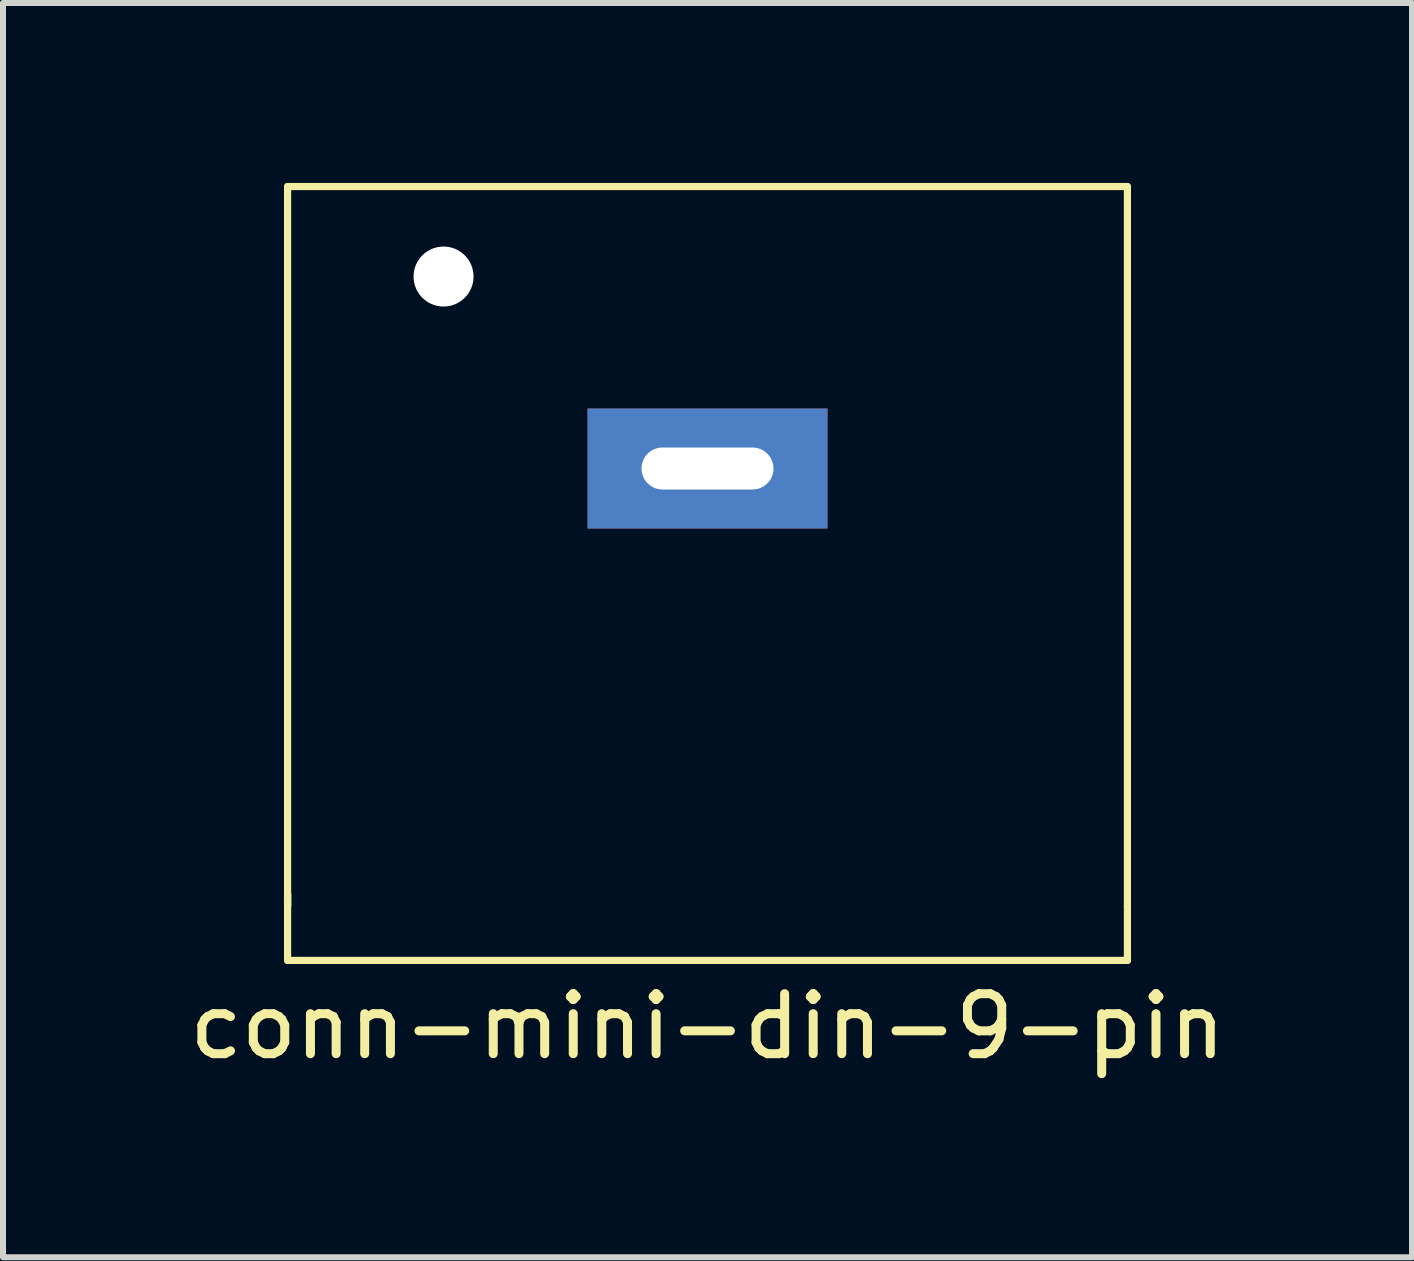
<source format=kicad_pcb>
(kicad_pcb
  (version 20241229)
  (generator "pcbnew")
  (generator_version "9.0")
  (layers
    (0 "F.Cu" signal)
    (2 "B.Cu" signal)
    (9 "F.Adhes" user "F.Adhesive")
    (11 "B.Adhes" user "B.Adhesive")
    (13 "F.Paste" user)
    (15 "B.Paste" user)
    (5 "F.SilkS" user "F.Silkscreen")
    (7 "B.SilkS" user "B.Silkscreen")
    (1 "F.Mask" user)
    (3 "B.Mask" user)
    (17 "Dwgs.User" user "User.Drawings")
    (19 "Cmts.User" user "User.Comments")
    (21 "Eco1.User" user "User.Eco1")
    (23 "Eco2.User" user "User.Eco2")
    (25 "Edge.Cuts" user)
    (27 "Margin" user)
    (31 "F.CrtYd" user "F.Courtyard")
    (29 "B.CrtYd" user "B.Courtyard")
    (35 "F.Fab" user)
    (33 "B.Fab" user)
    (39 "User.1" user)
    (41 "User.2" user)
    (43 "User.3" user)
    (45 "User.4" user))
  (footprint "conn-mini-din-9-pin"
    (layer "F.Cu")
    (at 8.744 6.06)
    (property "Reference" "conn-mini-din-9-pin" (at 0 8 0) (layer "F.SilkS") (effects (font (size 1 1) (thickness 0.15))))
    (attr through_hole)
    (fp_line (start -7 -6) (end 7 -6) (stroke (width 0.12) (type solid)) (layer "F.SilkS"))
    (fp_line (start -7 5.8) (end -7 6) (stroke (width 0.12) (type solid)) (layer "F.SilkS"))
    (fp_line (start -7 6) (end -7 -6) (stroke (width 0.12) (type solid)) (layer "F.SilkS"))
    (fp_line (start -7 6.9) (end -7 5.8) (stroke (width 0.12) (type solid)) (layer "F.SilkS"))
    (fp_line (start 7 -6) (end 7 6) (stroke (width 0.12) (type solid)) (layer "F.SilkS"))
    (fp_line (start 7 6) (end 7 6.9) (stroke (width 0.12) (type solid)) (layer "F.SilkS"))
    (fp_line (start 7 6.9) (end -7 6.9) (stroke (width 0.12) (type solid)) (layer "F.SilkS"))
    (pad "" np_thru_hole circle (at -4.4 -4.5) (size 1 1) (drill 1) (layers "*.Cu" "*.Mask"))
    (pad "" thru_hole rect (at 0 -1.3) (size 4 2) (drill oval 2.2 0.7) (layers "*.Cu" "*.Mask")))
  (gr_rect
    (start -3 -3)
    (end 20.488 17.908)
    (stroke (width 0.1) (type default))
    (fill no)
    (layer "Edge.Cuts")))
</source>
